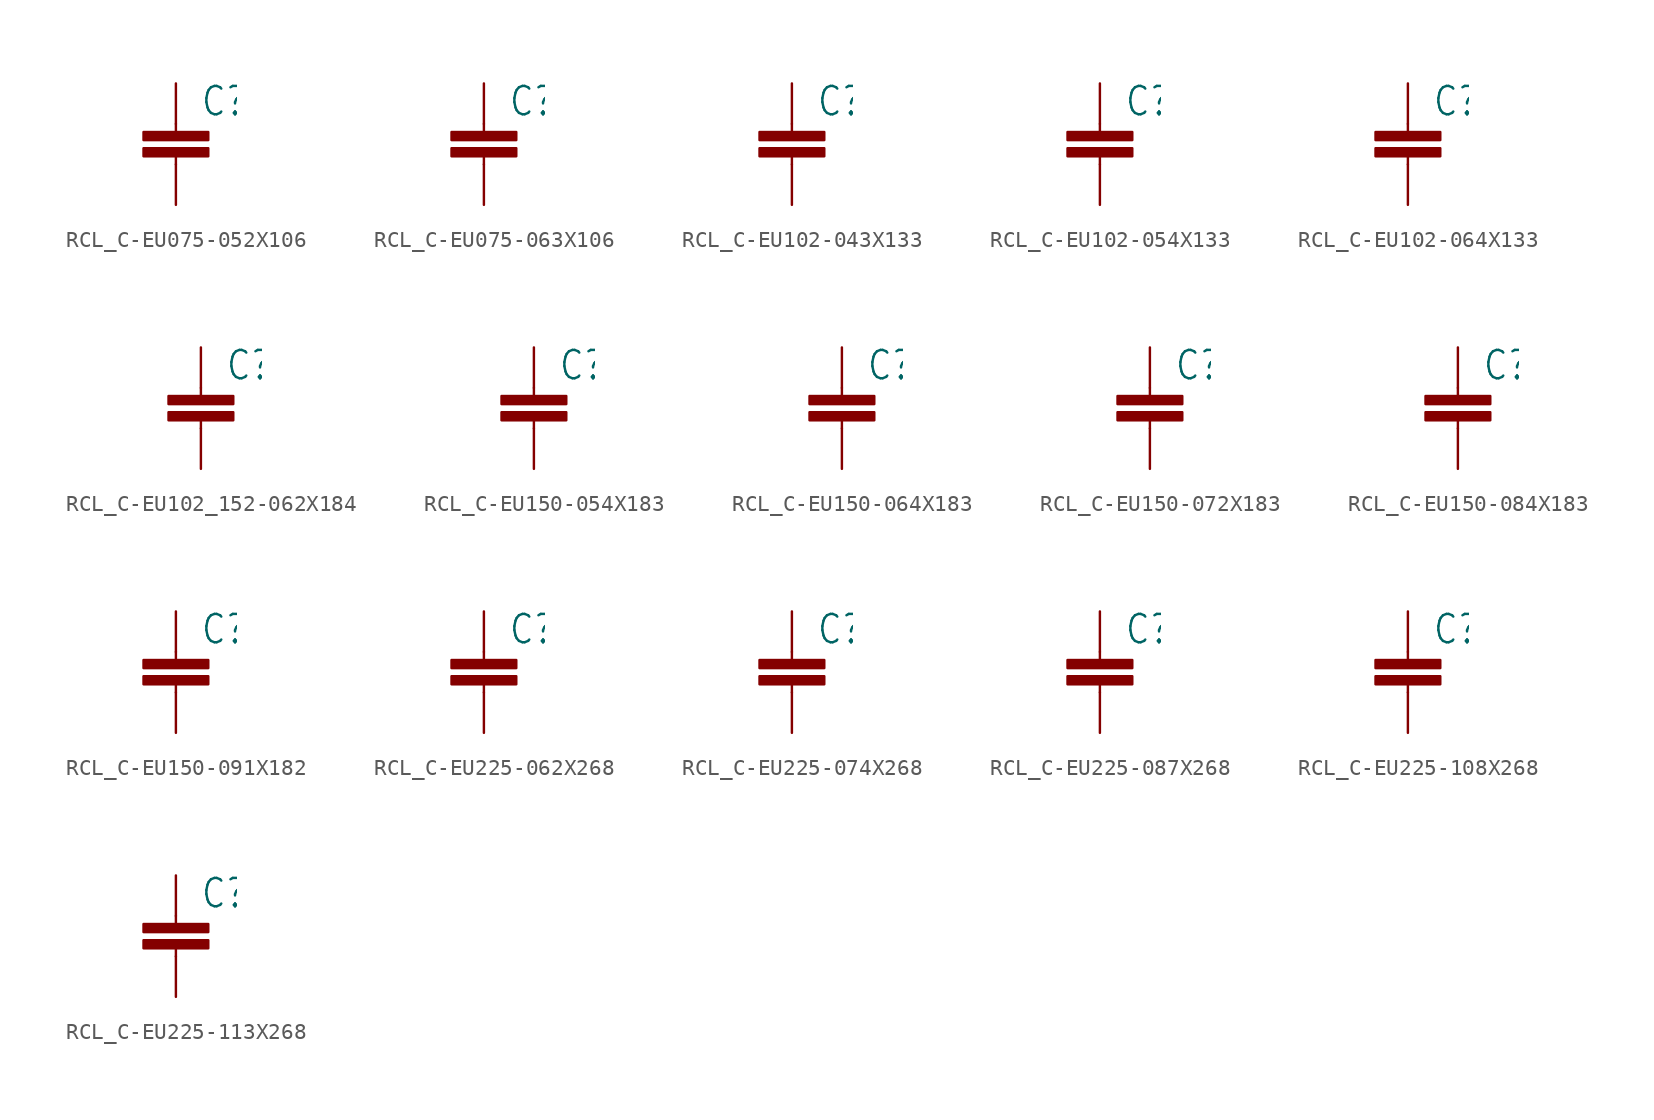
<source format=kicad_sym>
(kicad_symbol_lib
  (version 20241209)
  (generator "kicad_symbol_editor")
  (generator_version "9.0")
  (symbol "RCL_C-EU075-052X106"
    (property "Reference" "C"
      (at 1.524 0.381 0)
      (effects (font (size 1.778 1.511)) (justify left bottom)))
    (property "Value" ""
      (at 1.524 -4.699 0)
      (effects (font (size 1.778 1.511)) (justify left bottom)))
    (property "ki_locked" ""
      (at 0 0 0)
      (effects (font (size 1.27 1.27))))
    (symbol "RCL_C-EU075-052X106_1_0"
      (rectangle (start -2.032 -1.016) (end 2.032 -0.508) (stroke (width 0) (type default)) (fill (type outline)))
      (rectangle (start -2.032 -2.032) (end 2.032 -1.524) (stroke (width 0) (type default)) (fill (type outline)))
      (polyline (pts (xy 0 0) (xy 0 -0.508)) (stroke (width 0.152) (type solid)) (fill (type none)))
      (polyline (pts (xy 0 -2.54) (xy 0 -2.032)) (stroke (width 0.152) (type solid)) (fill (type none)))
      (pin passive line (at 0 2.54 270) (length 2.54) (name "1" (effects (font (size 0 0)))) (number "1" (effects (font (size 0 0)))))
      (pin passive line (at 0 -5.08 90) (length 2.54) (name "2" (effects (font (size 0 0)))) (number "2" (effects (font (size 0 0)))))))
  (symbol "RCL_C-EU075-063X106"
    (property "Reference" "C"
      (at 1.524 0.381 0)
      (effects (font (size 1.778 1.511)) (justify left bottom)))
    (property "Value" ""
      (at 1.524 -4.699 0)
      (effects (font (size 1.778 1.511)) (justify left bottom)))
    (property "ki_locked" ""
      (at 0 0 0)
      (effects (font (size 1.27 1.27))))
    (symbol "RCL_C-EU075-063X106_1_0"
      (rectangle (start -2.032 -1.016) (end 2.032 -0.508) (stroke (width 0) (type default)) (fill (type outline)))
      (rectangle (start -2.032 -2.032) (end 2.032 -1.524) (stroke (width 0) (type default)) (fill (type outline)))
      (polyline (pts (xy 0 0) (xy 0 -0.508)) (stroke (width 0.152) (type solid)) (fill (type none)))
      (polyline (pts (xy 0 -2.54) (xy 0 -2.032)) (stroke (width 0.152) (type solid)) (fill (type none)))
      (pin passive line (at 0 2.54 270) (length 2.54) (name "1" (effects (font (size 0 0)))) (number "1" (effects (font (size 0 0)))))
      (pin passive line (at 0 -5.08 90) (length 2.54) (name "2" (effects (font (size 0 0)))) (number "2" (effects (font (size 0 0)))))))
  (symbol "RCL_C-EU102-043X133"
    (property "Reference" "C"
      (at 1.524 0.381 0)
      (effects (font (size 1.778 1.511)) (justify left bottom)))
    (property "Value" ""
      (at 1.524 -4.699 0)
      (effects (font (size 1.778 1.511)) (justify left bottom)))
    (property "ki_locked" ""
      (at 0 0 0)
      (effects (font (size 1.27 1.27))))
    (symbol "RCL_C-EU102-043X133_1_0"
      (rectangle (start -2.032 -1.016) (end 2.032 -0.508) (stroke (width 0) (type default)) (fill (type outline)))
      (rectangle (start -2.032 -2.032) (end 2.032 -1.524) (stroke (width 0) (type default)) (fill (type outline)))
      (polyline (pts (xy 0 0) (xy 0 -0.508)) (stroke (width 0.152) (type solid)) (fill (type none)))
      (polyline (pts (xy 0 -2.54) (xy 0 -2.032)) (stroke (width 0.152) (type solid)) (fill (type none)))
      (pin passive line (at 0 2.54 270) (length 2.54) (name "1" (effects (font (size 0 0)))) (number "1" (effects (font (size 0 0)))))
      (pin passive line (at 0 -5.08 90) (length 2.54) (name "2" (effects (font (size 0 0)))) (number "2" (effects (font (size 0 0)))))))
  (symbol "RCL_C-EU102-054X133"
    (property "Reference" "C"
      (at 1.524 0.381 0)
      (effects (font (size 1.778 1.511)) (justify left bottom)))
    (property "Value" ""
      (at 1.524 -4.699 0)
      (effects (font (size 1.778 1.511)) (justify left bottom)))
    (property "ki_locked" ""
      (at 0 0 0)
      (effects (font (size 1.27 1.27))))
    (symbol "RCL_C-EU102-054X133_1_0"
      (rectangle (start -2.032 -1.016) (end 2.032 -0.508) (stroke (width 0) (type default)) (fill (type outline)))
      (rectangle (start -2.032 -2.032) (end 2.032 -1.524) (stroke (width 0) (type default)) (fill (type outline)))
      (polyline (pts (xy 0 0) (xy 0 -0.508)) (stroke (width 0.152) (type solid)) (fill (type none)))
      (polyline (pts (xy 0 -2.54) (xy 0 -2.032)) (stroke (width 0.152) (type solid)) (fill (type none)))
      (pin passive line (at 0 2.54 270) (length 2.54) (name "1" (effects (font (size 0 0)))) (number "1" (effects (font (size 0 0)))))
      (pin passive line (at 0 -5.08 90) (length 2.54) (name "2" (effects (font (size 0 0)))) (number "2" (effects (font (size 0 0)))))))
  (symbol "RCL_C-EU102-064X133"
    (property "Reference" "C"
      (at 1.524 0.381 0)
      (effects (font (size 1.778 1.511)) (justify left bottom)))
    (property "Value" ""
      (at 1.524 -4.699 0)
      (effects (font (size 1.778 1.511)) (justify left bottom)))
    (property "ki_locked" ""
      (at 0 0 0)
      (effects (font (size 1.27 1.27))))
    (symbol "RCL_C-EU102-064X133_1_0"
      (rectangle (start -2.032 -1.016) (end 2.032 -0.508) (stroke (width 0) (type default)) (fill (type outline)))
      (rectangle (start -2.032 -2.032) (end 2.032 -1.524) (stroke (width 0) (type default)) (fill (type outline)))
      (polyline (pts (xy 0 0) (xy 0 -0.508)) (stroke (width 0.152) (type solid)) (fill (type none)))
      (polyline (pts (xy 0 -2.54) (xy 0 -2.032)) (stroke (width 0.152) (type solid)) (fill (type none)))
      (pin passive line (at 0 2.54 270) (length 2.54) (name "1" (effects (font (size 0 0)))) (number "1" (effects (font (size 0 0)))))
      (pin passive line (at 0 -5.08 90) (length 2.54) (name "2" (effects (font (size 0 0)))) (number "2" (effects (font (size 0 0)))))))
  (symbol "RCL_C-EU102_152-062X184"
    (property "Reference" "C"
      (at 1.524 0.381 0)
      (effects (font (size 1.778 1.511)) (justify left bottom)))
    (property "Value" ""
      (at 1.524 -4.699 0)
      (effects (font (size 1.778 1.511)) (justify left bottom)))
    (property "ki_locked" ""
      (at 0 0 0)
      (effects (font (size 1.27 1.27))))
    (symbol "RCL_C-EU102_152-062X184_1_0"
      (rectangle (start -2.032 -1.016) (end 2.032 -0.508) (stroke (width 0) (type default)) (fill (type outline)))
      (rectangle (start -2.032 -2.032) (end 2.032 -1.524) (stroke (width 0) (type default)) (fill (type outline)))
      (polyline (pts (xy 0 0) (xy 0 -0.508)) (stroke (width 0.152) (type solid)) (fill (type none)))
      (polyline (pts (xy 0 -2.54) (xy 0 -2.032)) (stroke (width 0.152) (type solid)) (fill (type none)))
      (pin passive line (at 0 2.54 270) (length 2.54) (name "1" (effects (font (size 0 0)))) (number "1" (effects (font (size 0 0)))))
      (pin passive line (at 0 -5.08 90) (length 2.54) (name "2" (effects (font (size 0 0)))) (number "2" (effects (font (size 0 0)))))))
  (symbol "RCL_C-EU150-054X183"
    (property "Reference" "C"
      (at 1.524 0.381 0)
      (effects (font (size 1.778 1.511)) (justify left bottom)))
    (property "Value" ""
      (at 1.524 -4.699 0)
      (effects (font (size 1.778 1.511)) (justify left bottom)))
    (property "ki_locked" ""
      (at 0 0 0)
      (effects (font (size 1.27 1.27))))
    (symbol "RCL_C-EU150-054X183_1_0"
      (rectangle (start -2.032 -1.016) (end 2.032 -0.508) (stroke (width 0) (type default)) (fill (type outline)))
      (rectangle (start -2.032 -2.032) (end 2.032 -1.524) (stroke (width 0) (type default)) (fill (type outline)))
      (polyline (pts (xy 0 0) (xy 0 -0.508)) (stroke (width 0.152) (type solid)) (fill (type none)))
      (polyline (pts (xy 0 -2.54) (xy 0 -2.032)) (stroke (width 0.152) (type solid)) (fill (type none)))
      (pin passive line (at 0 2.54 270) (length 2.54) (name "1" (effects (font (size 0 0)))) (number "1" (effects (font (size 0 0)))))
      (pin passive line (at 0 -5.08 90) (length 2.54) (name "2" (effects (font (size 0 0)))) (number "2" (effects (font (size 0 0)))))))
  (symbol "RCL_C-EU150-064X183"
    (property "Reference" "C"
      (at 1.524 0.381 0)
      (effects (font (size 1.778 1.511)) (justify left bottom)))
    (property "Value" ""
      (at 1.524 -4.699 0)
      (effects (font (size 1.778 1.511)) (justify left bottom)))
    (property "ki_locked" ""
      (at 0 0 0)
      (effects (font (size 1.27 1.27))))
    (symbol "RCL_C-EU150-064X183_1_0"
      (rectangle (start -2.032 -1.016) (end 2.032 -0.508) (stroke (width 0) (type default)) (fill (type outline)))
      (rectangle (start -2.032 -2.032) (end 2.032 -1.524) (stroke (width 0) (type default)) (fill (type outline)))
      (polyline (pts (xy 0 0) (xy 0 -0.508)) (stroke (width 0.152) (type solid)) (fill (type none)))
      (polyline (pts (xy 0 -2.54) (xy 0 -2.032)) (stroke (width 0.152) (type solid)) (fill (type none)))
      (pin passive line (at 0 2.54 270) (length 2.54) (name "1" (effects (font (size 0 0)))) (number "1" (effects (font (size 0 0)))))
      (pin passive line (at 0 -5.08 90) (length 2.54) (name "2" (effects (font (size 0 0)))) (number "2" (effects (font (size 0 0)))))))
  (symbol "RCL_C-EU150-072X183"
    (property "Reference" "C"
      (at 1.524 0.381 0)
      (effects (font (size 1.778 1.511)) (justify left bottom)))
    (property "Value" ""
      (at 1.524 -4.699 0)
      (effects (font (size 1.778 1.511)) (justify left bottom)))
    (property "ki_locked" ""
      (at 0 0 0)
      (effects (font (size 1.27 1.27))))
    (symbol "RCL_C-EU150-072X183_1_0"
      (rectangle (start -2.032 -1.016) (end 2.032 -0.508) (stroke (width 0) (type default)) (fill (type outline)))
      (rectangle (start -2.032 -2.032) (end 2.032 -1.524) (stroke (width 0) (type default)) (fill (type outline)))
      (polyline (pts (xy 0 0) (xy 0 -0.508)) (stroke (width 0.152) (type solid)) (fill (type none)))
      (polyline (pts (xy 0 -2.54) (xy 0 -2.032)) (stroke (width 0.152) (type solid)) (fill (type none)))
      (pin passive line (at 0 2.54 270) (length 2.54) (name "1" (effects (font (size 0 0)))) (number "1" (effects (font (size 0 0)))))
      (pin passive line (at 0 -5.08 90) (length 2.54) (name "2" (effects (font (size 0 0)))) (number "2" (effects (font (size 0 0)))))))
  (symbol "RCL_C-EU150-084X183"
    (property "Reference" "C"
      (at 1.524 0.381 0)
      (effects (font (size 1.778 1.511)) (justify left bottom)))
    (property "Value" ""
      (at 1.524 -4.699 0)
      (effects (font (size 1.778 1.511)) (justify left bottom)))
    (property "ki_locked" ""
      (at 0 0 0)
      (effects (font (size 1.27 1.27))))
    (symbol "RCL_C-EU150-084X183_1_0"
      (rectangle (start -2.032 -1.016) (end 2.032 -0.508) (stroke (width 0) (type default)) (fill (type outline)))
      (rectangle (start -2.032 -2.032) (end 2.032 -1.524) (stroke (width 0) (type default)) (fill (type outline)))
      (polyline (pts (xy 0 0) (xy 0 -0.508)) (stroke (width 0.152) (type solid)) (fill (type none)))
      (polyline (pts (xy 0 -2.54) (xy 0 -2.032)) (stroke (width 0.152) (type solid)) (fill (type none)))
      (pin passive line (at 0 2.54 270) (length 2.54) (name "1" (effects (font (size 0 0)))) (number "1" (effects (font (size 0 0)))))
      (pin passive line (at 0 -5.08 90) (length 2.54) (name "2" (effects (font (size 0 0)))) (number "2" (effects (font (size 0 0)))))))
  (symbol "RCL_C-EU150-091X182"
    (property "Reference" "C"
      (at 1.524 0.381 0)
      (effects (font (size 1.778 1.511)) (justify left bottom)))
    (property "Value" ""
      (at 1.524 -4.699 0)
      (effects (font (size 1.778 1.511)) (justify left bottom)))
    (property "ki_locked" ""
      (at 0 0 0)
      (effects (font (size 1.27 1.27))))
    (symbol "RCL_C-EU150-091X182_1_0"
      (rectangle (start -2.032 -1.016) (end 2.032 -0.508) (stroke (width 0) (type default)) (fill (type outline)))
      (rectangle (start -2.032 -2.032) (end 2.032 -1.524) (stroke (width 0) (type default)) (fill (type outline)))
      (polyline (pts (xy 0 0) (xy 0 -0.508)) (stroke (width 0.152) (type solid)) (fill (type none)))
      (polyline (pts (xy 0 -2.54) (xy 0 -2.032)) (stroke (width 0.152) (type solid)) (fill (type none)))
      (pin passive line (at 0 2.54 270) (length 2.54) (name "1" (effects (font (size 0 0)))) (number "1" (effects (font (size 0 0)))))
      (pin passive line (at 0 -5.08 90) (length 2.54) (name "2" (effects (font (size 0 0)))) (number "2" (effects (font (size 0 0)))))))
  (symbol "RCL_C-EU225-062X268"
    (property "Reference" "C"
      (at 1.524 0.381 0)
      (effects (font (size 1.778 1.511)) (justify left bottom)))
    (property "Value" ""
      (at 1.524 -4.699 0)
      (effects (font (size 1.778 1.511)) (justify left bottom)))
    (property "ki_locked" ""
      (at 0 0 0)
      (effects (font (size 1.27 1.27))))
    (symbol "RCL_C-EU225-062X268_1_0"
      (rectangle (start -2.032 -1.016) (end 2.032 -0.508) (stroke (width 0) (type default)) (fill (type outline)))
      (rectangle (start -2.032 -2.032) (end 2.032 -1.524) (stroke (width 0) (type default)) (fill (type outline)))
      (polyline (pts (xy 0 0) (xy 0 -0.508)) (stroke (width 0.152) (type solid)) (fill (type none)))
      (polyline (pts (xy 0 -2.54) (xy 0 -2.032)) (stroke (width 0.152) (type solid)) (fill (type none)))
      (pin passive line (at 0 2.54 270) (length 2.54) (name "1" (effects (font (size 0 0)))) (number "1" (effects (font (size 0 0)))))
      (pin passive line (at 0 -5.08 90) (length 2.54) (name "2" (effects (font (size 0 0)))) (number "2" (effects (font (size 0 0)))))))
  (symbol "RCL_C-EU225-074X268"
    (property "Reference" "C"
      (at 1.524 0.381 0)
      (effects (font (size 1.778 1.511)) (justify left bottom)))
    (property "Value" ""
      (at 1.524 -4.699 0)
      (effects (font (size 1.778 1.511)) (justify left bottom)))
    (property "ki_locked" ""
      (at 0 0 0)
      (effects (font (size 1.27 1.27))))
    (symbol "RCL_C-EU225-074X268_1_0"
      (rectangle (start -2.032 -1.016) (end 2.032 -0.508) (stroke (width 0) (type default)) (fill (type outline)))
      (rectangle (start -2.032 -2.032) (end 2.032 -1.524) (stroke (width 0) (type default)) (fill (type outline)))
      (polyline (pts (xy 0 0) (xy 0 -0.508)) (stroke (width 0.152) (type solid)) (fill (type none)))
      (polyline (pts (xy 0 -2.54) (xy 0 -2.032)) (stroke (width 0.152) (type solid)) (fill (type none)))
      (pin passive line (at 0 2.54 270) (length 2.54) (name "1" (effects (font (size 0 0)))) (number "1" (effects (font (size 0 0)))))
      (pin passive line (at 0 -5.08 90) (length 2.54) (name "2" (effects (font (size 0 0)))) (number "2" (effects (font (size 0 0)))))))
  (symbol "RCL_C-EU225-087X268"
    (property "Reference" "C"
      (at 1.524 0.381 0)
      (effects (font (size 1.778 1.511)) (justify left bottom)))
    (property "Value" ""
      (at 1.524 -4.699 0)
      (effects (font (size 1.778 1.511)) (justify left bottom)))
    (property "ki_locked" ""
      (at 0 0 0)
      (effects (font (size 1.27 1.27))))
    (symbol "RCL_C-EU225-087X268_1_0"
      (rectangle (start -2.032 -1.016) (end 2.032 -0.508) (stroke (width 0) (type default)) (fill (type outline)))
      (rectangle (start -2.032 -2.032) (end 2.032 -1.524) (stroke (width 0) (type default)) (fill (type outline)))
      (polyline (pts (xy 0 0) (xy 0 -0.508)) (stroke (width 0.152) (type solid)) (fill (type none)))
      (polyline (pts (xy 0 -2.54) (xy 0 -2.032)) (stroke (width 0.152) (type solid)) (fill (type none)))
      (pin passive line (at 0 2.54 270) (length 2.54) (name "1" (effects (font (size 0 0)))) (number "1" (effects (font (size 0 0)))))
      (pin passive line (at 0 -5.08 90) (length 2.54) (name "2" (effects (font (size 0 0)))) (number "2" (effects (font (size 0 0)))))))
  (symbol "RCL_C-EU225-108X268"
    (property "Reference" "C"
      (at 1.524 0.381 0)
      (effects (font (size 1.778 1.511)) (justify left bottom)))
    (property "Value" ""
      (at 1.524 -4.699 0)
      (effects (font (size 1.778 1.511)) (justify left bottom)))
    (property "ki_locked" ""
      (at 0 0 0)
      (effects (font (size 1.27 1.27))))
    (symbol "RCL_C-EU225-108X268_1_0"
      (rectangle (start -2.032 -1.016) (end 2.032 -0.508) (stroke (width 0) (type default)) (fill (type outline)))
      (rectangle (start -2.032 -2.032) (end 2.032 -1.524) (stroke (width 0) (type default)) (fill (type outline)))
      (polyline (pts (xy 0 0) (xy 0 -0.508)) (stroke (width 0.152) (type solid)) (fill (type none)))
      (polyline (pts (xy 0 -2.54) (xy 0 -2.032)) (stroke (width 0.152) (type solid)) (fill (type none)))
      (pin passive line (at 0 2.54 270) (length 2.54) (name "1" (effects (font (size 0 0)))) (number "1" (effects (font (size 0 0)))))
      (pin passive line (at 0 -5.08 90) (length 2.54) (name "2" (effects (font (size 0 0)))) (number "2" (effects (font (size 0 0)))))))
  (symbol "RCL_C-EU225-113X268"
    (property "Reference" "C"
      (at 1.524 0.381 0)
      (effects (font (size 1.778 1.511)) (justify left bottom)))
    (property "Value" ""
      (at 1.524 -4.699 0)
      (effects (font (size 1.778 1.511)) (justify left bottom)))
    (property "ki_locked" ""
      (at 0 0 0)
      (effects (font (size 1.27 1.27))))
    (symbol "RCL_C-EU225-113X268_1_0"
      (rectangle (start -2.032 -1.016) (end 2.032 -0.508) (stroke (width 0) (type default)) (fill (type outline)))
      (rectangle (start -2.032 -2.032) (end 2.032 -1.524) (stroke (width 0) (type default)) (fill (type outline)))
      (polyline (pts (xy 0 0) (xy 0 -0.508)) (stroke (width 0.152) (type solid)) (fill (type none)))
      (polyline (pts (xy 0 -2.54) (xy 0 -2.032)) (stroke (width 0.152) (type solid)) (fill (type none)))
      (pin passive line (at 0 2.54 270) (length 2.54) (name "1" (effects (font (size 0 0)))) (number "1" (effects (font (size 0 0)))))
      (pin passive line (at 0 -5.08 90) (length 2.54) (name "2" (effects (font (size 0 0)))) (number "2" (effects (font (size 0 0))))))))
</source>
